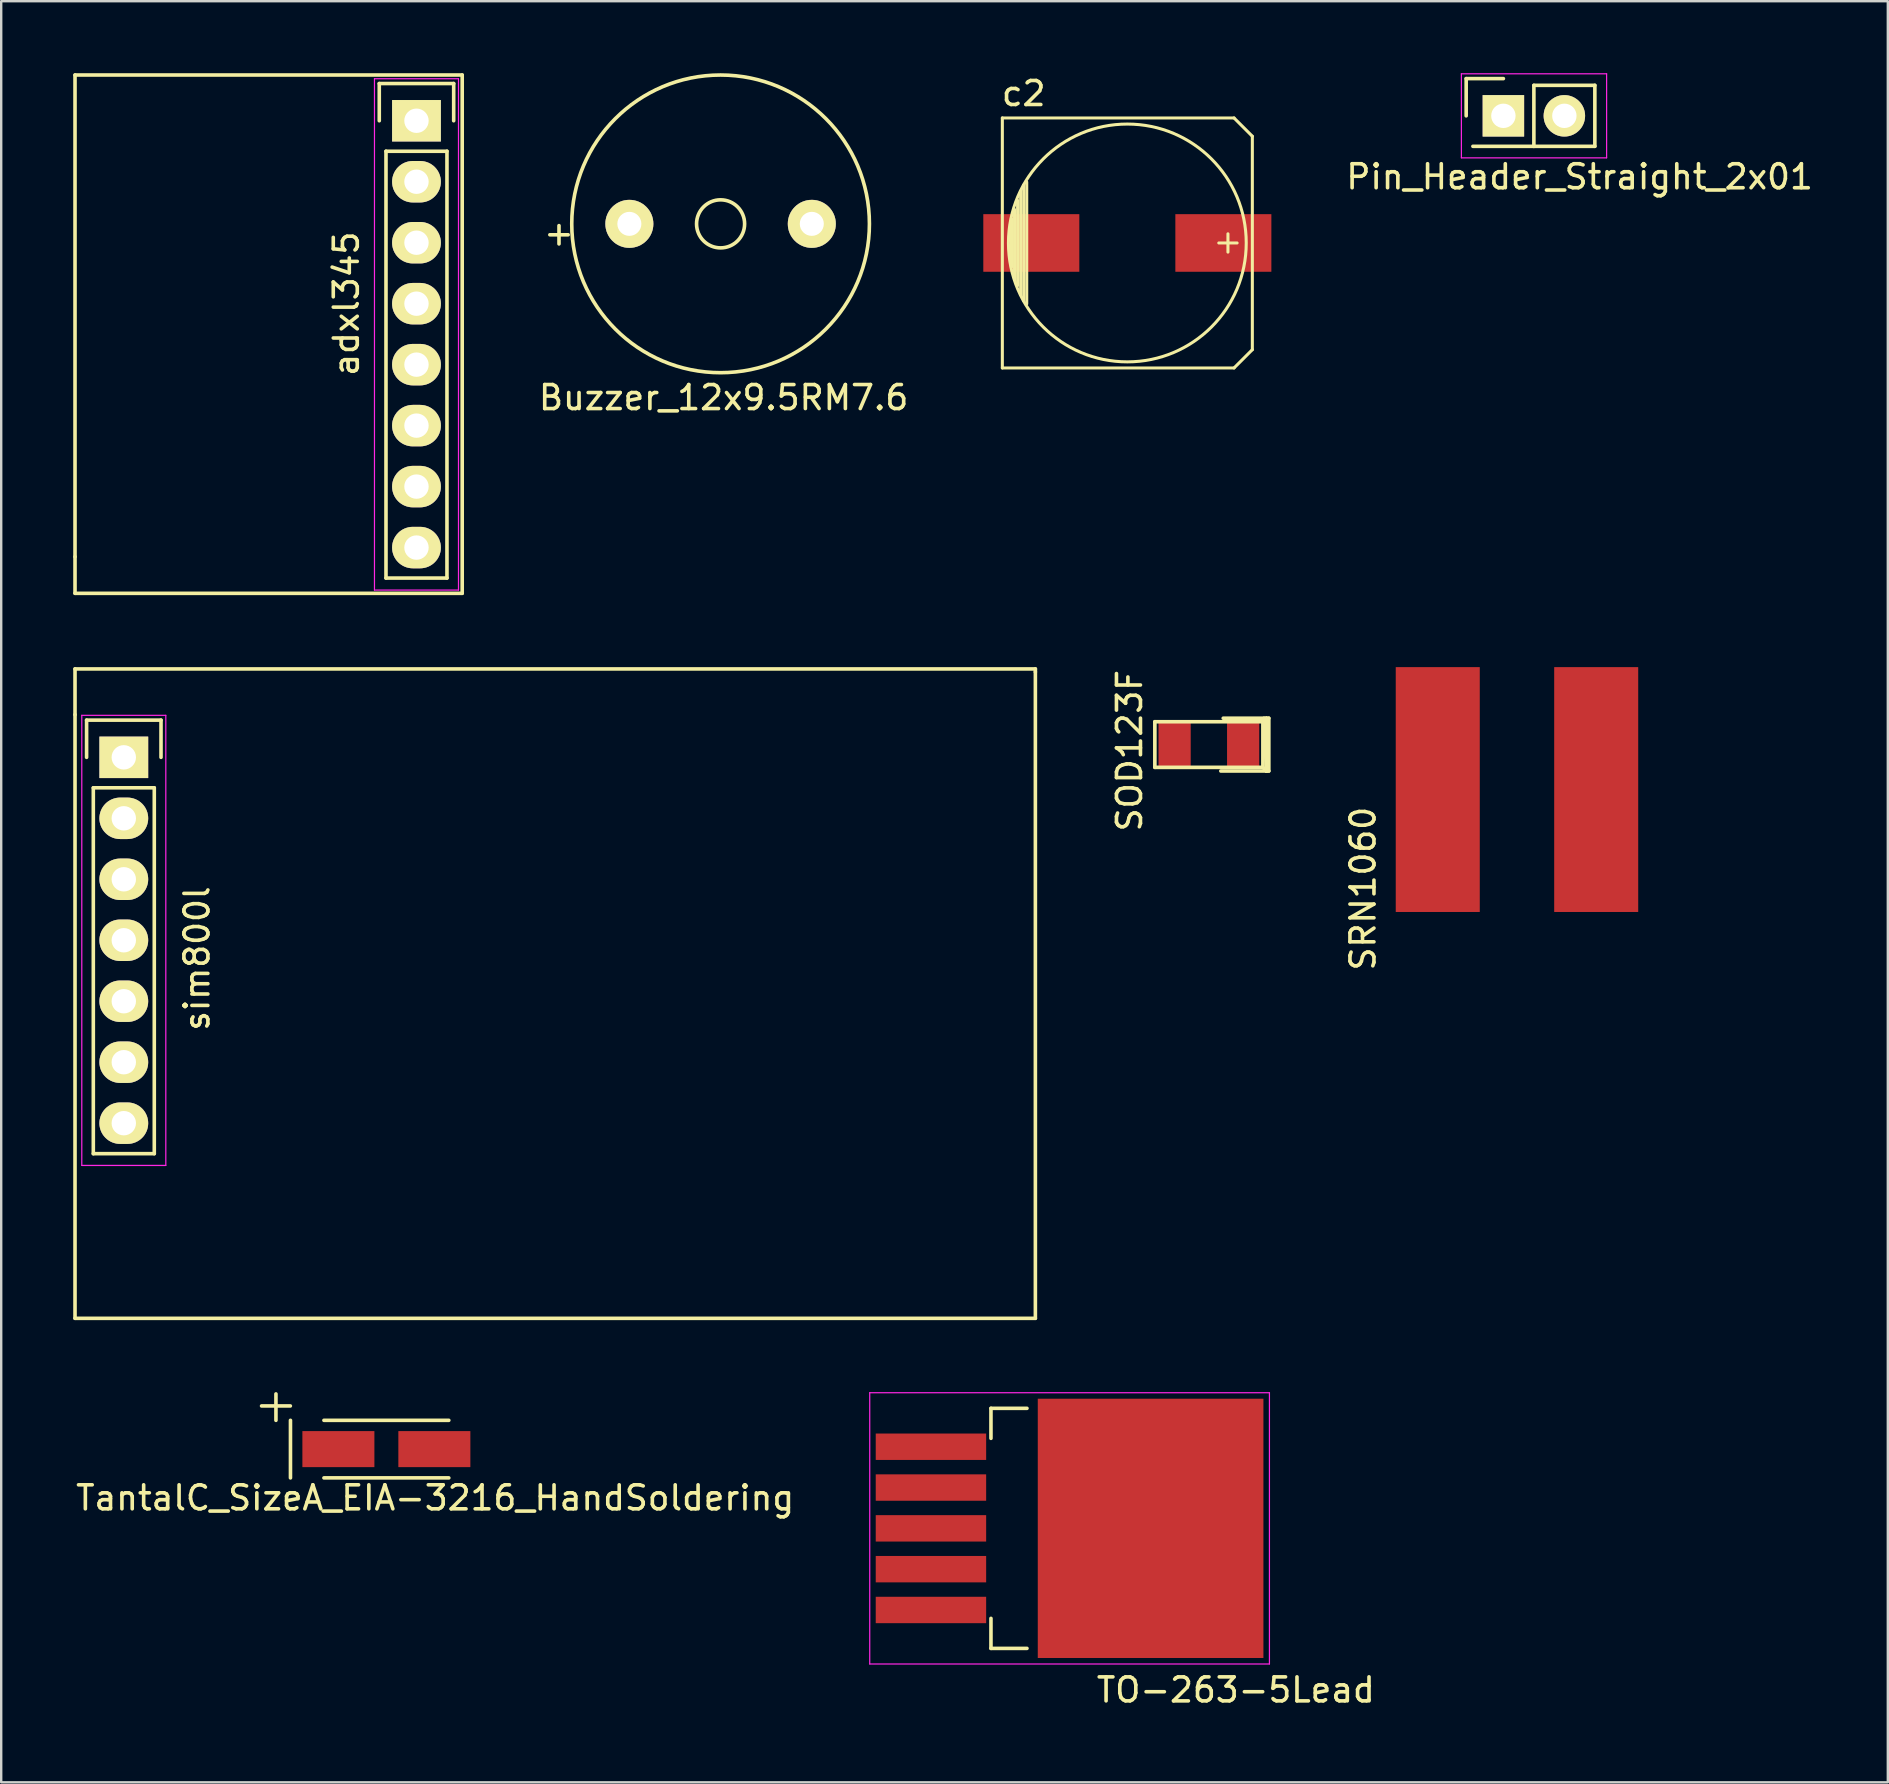
<source format=kicad_pcb>
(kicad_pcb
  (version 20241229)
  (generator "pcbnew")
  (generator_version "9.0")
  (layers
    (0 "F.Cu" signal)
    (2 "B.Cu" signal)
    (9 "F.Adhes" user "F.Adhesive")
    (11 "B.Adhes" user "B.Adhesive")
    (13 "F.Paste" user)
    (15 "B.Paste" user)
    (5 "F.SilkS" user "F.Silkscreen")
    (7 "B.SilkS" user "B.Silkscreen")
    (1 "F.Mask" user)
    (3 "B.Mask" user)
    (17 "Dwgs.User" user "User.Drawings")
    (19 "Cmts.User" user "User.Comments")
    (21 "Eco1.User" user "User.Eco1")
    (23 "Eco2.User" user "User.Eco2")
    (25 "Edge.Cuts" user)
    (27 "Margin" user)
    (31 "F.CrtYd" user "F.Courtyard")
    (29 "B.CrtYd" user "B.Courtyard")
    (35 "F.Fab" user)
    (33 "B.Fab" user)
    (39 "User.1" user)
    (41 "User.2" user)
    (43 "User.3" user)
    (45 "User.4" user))
  (footprint "SRN1060"
    (layer "F.Cu")
    (at 60.142 29.84)
    (property "Reference" "SRN1060" (at -6.413 4.128 90) (layer "F.SilkS") (effects (font (size 1 1) (thickness 0.15))))
    (attr through_hole)
    (pad "1" smd rect (at -3.3 0) (size 3.5 10.2) (layers "F.Cu" "F.Mask" "F.Paste"))
    (pad "2" smd rect (at 3.3 0) (size 3.5 10.2) (layers "F.Cu" "F.Mask" "F.Paste")))
  (footprint "SOD123F"
    (layer "F.Cu")
    (at 47.305 27.968)
    (property "Reference" "SOD123F" (at -3.302 0.254 90) (layer "F.SilkS") (effects (font (size 1 1) (thickness 0.15))))
    (attr through_hole)
    (fp_line (start -2.248 -0.953) (end -2.248 0.947) (stroke (width 0.152) (type solid)) (layer "F.SilkS"))
    (fp_line (start -2.248 0.947) (end 2.253 0.947) (stroke (width 0.152) (type solid)) (layer "F.SilkS"))
    (fp_line (start 0.5 1.1) (end 2.4 1.1) (stroke (width 0.15) (type solid)) (layer "F.SilkS"))
    (fp_line (start 0.6 -1.1) (end 2.4 -1.1) (stroke (width 0.15) (type solid)) (layer "F.SilkS"))
    (fp_line (start 2.253 -0.953) (end -2.248 -0.953) (stroke (width 0.152) (type solid)) (layer "F.SilkS"))
    (fp_line (start 2.253 0.947) (end 2.253 -0.953) (stroke (width 0.152) (type solid)) (layer "F.SilkS"))
    (fp_line (start 2.4 -1.1) (end 2.4 1.1) (stroke (width 0.15) (type solid)) (layer "F.SilkS"))
    (fp_line (start 2.4 -1.1) (end 2.5 -1.1) (stroke (width 0.15) (type solid)) (layer "F.SilkS"))
    (fp_line (start 2.4 1.1) (end 2.3 -1.1) (stroke (width 0.15) (type solid)) (layer "F.SilkS"))
    (fp_line (start 2.4 1.1) (end 2.3 1) (stroke (width 0.15) (type solid)) (layer "F.SilkS"))
    (fp_line (start 2.5 -1.1) (end 2.5 1.1) (stroke (width 0.15) (type solid)) (layer "F.SilkS"))
    (fp_line (start 2.5 1.1) (end 2.4 1.1) (stroke (width 0.15) (type solid)) (layer "F.SilkS"))
    (pad "1" smd rect (at -1.425 0 90) (size 1.801 1.341) (layers "F.Cu" "F.Mask" "F.Paste"))
    (pad "2" smd rect (at 1.43 0 90) (size 1.801 1.341) (layers "F.Cu" "F.Mask" "F.Paste")))
  (footprint "c2"
    (layer "F.Cu")
    (at 43.911 7.071)
    (property "Reference" "c2" (at -4.318 -6.223 0) (layer "F.SilkS") (effects (font (size 1 1) (thickness 0.15))))
    (attr through_hole)
    (fp_line (start -5.207 -5.207) (end -5.207 5.207) (stroke (width 0.127) (type solid)) (layer "F.SilkS"))
    (fp_line (start -5.207 5.207) (end 4.445 5.207) (stroke (width 0.127) (type solid)) (layer "F.SilkS"))
    (fp_line (start -4.826 1.016) (end -4.826 -1.016) (stroke (width 0.127) (type solid)) (layer "F.SilkS"))
    (fp_line (start -4.699 -1.397) (end -4.699 1.524) (stroke (width 0.127) (type solid)) (layer "F.SilkS"))
    (fp_line (start -4.572 1.778) (end -4.572 -1.778) (stroke (width 0.127) (type solid)) (layer "F.SilkS"))
    (fp_line (start -4.445 -2.159) (end -4.445 2.159) (stroke (width 0.127) (type solid)) (layer "F.SilkS"))
    (fp_line (start -4.318 2.413) (end -4.318 -2.413) (stroke (width 0.127) (type solid)) (layer "F.SilkS"))
    (fp_line (start -4.191 -2.54) (end -4.191 2.54) (stroke (width 0.127) (type solid)) (layer "F.SilkS"))
    (fp_line (start 4.191 -0.381) (end 4.191 0.381) (stroke (width 0.127) (type solid)) (layer "F.SilkS"))
    (fp_line (start 4.445 -5.207) (end -5.207 -5.207) (stroke (width 0.127) (type solid)) (layer "F.SilkS"))
    (fp_line (start 4.445 5.207) (end 5.207 4.445) (stroke (width 0.127) (type solid)) (layer "F.SilkS"))
    (fp_line (start 4.572 0) (end 3.81 0) (stroke (width 0.127) (type solid)) (layer "F.SilkS"))
    (fp_line (start 5.207 -4.445) (end 4.445 -5.207) (stroke (width 0.127) (type solid)) (layer "F.SilkS"))
    (fp_line (start 5.207 4.445) (end 5.207 -4.445) (stroke (width 0.127) (type solid)) (layer "F.SilkS"))
    (fp_circle (center 0 0) (end 4.953 0) (stroke (width 0.127) (type solid)) (fill no) (layer "F.SilkS"))
    (pad "1" smd rect (at 4 0) (size 4 2.4) (layers "F.Cu" "F.Mask" "F.Paste"))
    (pad "2" smd rect (at -4 0) (size 4 2.4) (layers "F.Cu" "F.Mask" "F.Paste")))
  (footprint "adxl345"
    (layer "F.Cu")
    (at 14.299 1.98)
    (property "Reference" "adxl345" (at -2.921 7.62 90) (layer "F.SilkS") (effects (font (size 1 1) (thickness 0.15))))
    (attr through_hole)
    (fp_line (start -14.224 -1.905) (end -14.224 18.161) (stroke (width 0.15) (type solid)) (layer "F.SilkS"))
    (fp_line (start -14.224 19.685) (end -14.224 18.161) (stroke (width 0.15) (type solid)) (layer "F.SilkS"))
    (fp_line (start -1.55 -1.55) (end 1.55 -1.55) (stroke (width 0.15) (type solid)) (layer "F.SilkS"))
    (fp_line (start -1.55 0) (end -1.55 -1.55) (stroke (width 0.15) (type solid)) (layer "F.SilkS"))
    (fp_line (start -1.27 19.05) (end -1.27 1.27) (stroke (width 0.15) (type solid)) (layer "F.SilkS"))
    (fp_line (start 1.27 1.27) (end -1.27 1.27) (stroke (width 0.15) (type solid)) (layer "F.SilkS"))
    (fp_line (start 1.27 1.27) (end 1.27 19.05) (stroke (width 0.15) (type solid)) (layer "F.SilkS"))
    (fp_line (start 1.27 19.05) (end -1.27 19.05) (stroke (width 0.15) (type solid)) (layer "F.SilkS"))
    (fp_line (start 1.55 -1.55) (end 1.55 0) (stroke (width 0.15) (type solid)) (layer "F.SilkS"))
    (fp_line (start 1.905 -1.905) (end -14.224 -1.905) (stroke (width 0.15) (type solid)) (layer "F.SilkS"))
    (fp_line (start 1.905 -1.905) (end 1.905 19.685) (stroke (width 0.15) (type solid)) (layer "F.SilkS"))
    (fp_line (start 1.905 19.685) (end -14.224 19.685) (stroke (width 0.15) (type solid)) (layer "F.SilkS"))
    (fp_line (start -1.75 -1.75) (end -1.75 19.55) (stroke (width 0.05) (type solid)) (layer "F.CrtYd"))
    (fp_line (start -1.75 -1.75) (end 1.75 -1.75) (stroke (width 0.05) (type solid)) (layer "F.CrtYd"))
    (fp_line (start -1.75 19.55) (end 1.75 19.55) (stroke (width 0.05) (type solid)) (layer "F.CrtYd"))
    (fp_line (start 1.75 -1.75) (end 1.75 19.55) (stroke (width 0.05) (type solid)) (layer "F.CrtYd"))
    (pad "1" thru_hole rect (at 0 0) (size 2.032 1.727) (drill 1.016) (layers "*.Cu" "*.Mask" "F.SilkS"))
    (pad "2" thru_hole oval (at 0 2.54) (size 2.032 1.727) (drill 1.016) (layers "*.Cu" "*.Mask" "F.SilkS"))
    (pad "3" thru_hole oval (at 0 5.08) (size 2.032 1.727) (drill 1.016) (layers "*.Cu" "*.Mask" "F.SilkS"))
    (pad "4" thru_hole oval (at 0 7.62) (size 2.032 1.727) (drill 1.016) (layers "*.Cu" "*.Mask" "F.SilkS"))
    (pad "5" thru_hole oval (at 0 10.16) (size 2.032 1.727) (drill 1.016) (layers "*.Cu" "*.Mask" "F.SilkS"))
    (pad "6" thru_hole oval (at 0 12.7) (size 2.032 1.727) (drill 1.016) (layers "*.Cu" "*.Mask" "F.SilkS"))
    (pad "7" thru_hole oval (at 0 15.24) (size 2.032 1.727) (drill 1.016) (layers "*.Cu" "*.Mask" "F.SilkS"))
    (pad "8" thru_hole oval (at 0 17.78) (size 2.032 1.727) (drill 1.016) (layers "*.Cu" "*.Mask" "F.SilkS")))
  (footprint "Buzzer_12x9.5RM7.6"
    (layer "F.Cu")
    (at 26.967 6.275)
    (property "Reference" "Buzzer_12x9.5RM7.6" (at 0.127 7.239 0) (layer "F.SilkS") (effects (font (size 1 1) (thickness 0.15))))
    (attr through_hole)
    (fp_circle (center 0 0) (end 1.001 0) (stroke (width 0.15) (type solid)) (fill no) (layer "F.SilkS"))
    (fp_circle (center 0 0) (end 6.2 0) (stroke (width 0.15) (type solid)) (fill no) (layer "F.SilkS"))
    (fp_text user "+" (at -6.731 0.381 0) (layer "F.SilkS") (effects (font (size 1 1) (thickness 0.15))))
    (pad "1" thru_hole circle (at -3.8 0) (size 2 2) (drill 1.001) (layers "*.Cu" "*.Mask" "F.SilkS"))
    (pad "2" thru_hole circle (at 3.8 0) (size 2 2) (drill 1.001) (layers "*.Cu" "*.Mask" "F.SilkS")))
  (footprint "TO-263-5Lead"
    (layer "F.Cu")
    (at 35.73 60.616)
    (property "Reference" "TO-263-5Lead" (at 12.7 6.731 180) (layer "F.SilkS") (effects (font (size 1 1) (thickness 0.15))))
    (attr smd)
    (fp_line (start 2.5 -5) (end 2.5 -3.75) (stroke (width 0.15) (type solid)) (layer "F.SilkS"))
    (fp_line (start 2.5 -5) (end 4 -5) (stroke (width 0.15) (type solid)) (layer "F.SilkS"))
    (fp_line (start 2.5 5) (end 2.5 3.75) (stroke (width 0.15) (type solid)) (layer "F.SilkS"))
    (fp_line (start 2.5 5) (end 4 5) (stroke (width 0.15) (type solid)) (layer "F.SilkS"))
    (fp_line (start -2.55 -5.65) (end -2.55 5.65) (stroke (width 0.05) (type solid)) (layer "F.CrtYd"))
    (fp_line (start 14.1 -5.65) (end -2.55 -5.65) (stroke (width 0.05) (type solid)) (layer "F.CrtYd"))
    (fp_line (start 14.1 -5.65) (end 14.1 5.65) (stroke (width 0.05) (type solid)) (layer "F.CrtYd"))
    (fp_line (start 14.1 5.65) (end -2.55 5.65) (stroke (width 0.05) (type solid)) (layer "F.CrtYd"))
    (pad "1" smd rect (at 0 -3.4) (size 4.6 1.1) (layers "F.Cu" "F.Mask" "F.Paste"))
    (pad "2" smd rect (at 0 -1.7) (size 4.6 1.1) (layers "F.Cu" "F.Mask" "F.Paste"))
    (pad "3" smd rect (at 0 0) (size 4.6 1.1) (layers "F.Cu" "F.Mask" "F.Paste"))
    (pad "3" smd rect (at 9.15 0) (size 9.4 10.8) (layers "F.Cu" "F.Mask" "F.Paste"))
    (pad "4" smd rect (at 0 1.7) (size 4.6 1.1) (layers "F.Cu" "F.Mask" "F.Paste"))
    (pad "5" smd rect (at 0 3.4) (size 4.6 1.1) (layers "F.Cu" "F.Mask" "F.Paste")))
  (footprint "sim800l"
    (layer "F.Cu")
    (at 2.107 28.498)
    (property "Reference" "sim800l" (at 3.048 8.382 90) (layer "F.SilkS") (effects (font (size 1 1) (thickness 0.15))))
    (attr through_hole)
    (fp_line (start -2.032 -3.683) (end -2.032 -1.778) (stroke (width 0.15) (type solid)) (layer "F.SilkS"))
    (fp_line (start -2.032 -3.683) (end 37.973 -3.683) (stroke (width 0.15) (type solid)) (layer "F.SilkS"))
    (fp_line (start -2.032 -1.778) (end -2.032 23.368) (stroke (width 0.15) (type solid)) (layer "F.SilkS"))
    (fp_line (start -2.032 23.368) (end 37.973 23.368) (stroke (width 0.15) (type solid)) (layer "F.SilkS"))
    (fp_line (start -1.55 -1.55) (end 1.55 -1.55) (stroke (width 0.15) (type solid)) (layer "F.SilkS"))
    (fp_line (start -1.55 0) (end -1.55 -1.55) (stroke (width 0.15) (type solid)) (layer "F.SilkS"))
    (fp_line (start -1.27 16.51) (end -1.27 1.27) (stroke (width 0.15) (type solid)) (layer "F.SilkS"))
    (fp_line (start 1.27 1.27) (end -1.27 1.27) (stroke (width 0.15) (type solid)) (layer "F.SilkS"))
    (fp_line (start 1.27 1.27) (end 1.27 16.51) (stroke (width 0.15) (type solid)) (layer "F.SilkS"))
    (fp_line (start 1.27 16.51) (end -1.27 16.51) (stroke (width 0.15) (type solid)) (layer "F.SilkS"))
    (fp_line (start 1.55 -1.55) (end 1.55 0) (stroke (width 0.15) (type solid)) (layer "F.SilkS"))
    (fp_line (start 37.973 -3.683) (end 37.973 -3.556) (stroke (width 0.15) (type solid)) (layer "F.SilkS"))
    (fp_line (start 37.973 23.368) (end 37.973 -3.556) (stroke (width 0.15) (type solid)) (layer "F.SilkS"))
    (fp_line (start -1.75 -1.75) (end -1.75 17) (stroke (width 0.05) (type solid)) (layer "F.CrtYd"))
    (fp_line (start -1.75 -1.75) (end 1.75 -1.75) (stroke (width 0.05) (type solid)) (layer "F.CrtYd"))
    (fp_line (start -1.75 17) (end 1.75 17) (stroke (width 0.05) (type solid)) (layer "F.CrtYd"))
    (fp_line (start 1.75 -1.75) (end 1.75 17) (stroke (width 0.05) (type solid)) (layer "F.CrtYd"))
    (pad "1" thru_hole rect (at 0 0) (size 2.032 1.727) (drill 1.016) (layers "*.Cu" "*.Mask" "F.SilkS"))
    (pad "2" thru_hole oval (at 0 2.54) (size 2.032 1.727) (drill 1.016) (layers "*.Cu" "*.Mask" "F.SilkS"))
    (pad "3" thru_hole oval (at 0 5.08) (size 2.032 1.727) (drill 1.016) (layers "*.Cu" "*.Mask" "F.SilkS"))
    (pad "4" thru_hole oval (at 0 7.62) (size 2.032 1.727) (drill 1.016) (layers "*.Cu" "*.Mask" "F.SilkS"))
    (pad "5" thru_hole oval (at 0 10.16) (size 2.032 1.727) (drill 1.016) (layers "*.Cu" "*.Mask" "F.SilkS"))
    (pad "6" thru_hole oval (at 0 12.7) (size 2.032 1.727) (drill 1.016) (layers "*.Cu" "*.Mask" "F.SilkS"))
    (pad "7" thru_hole oval (at 0 15.24) (size 2.032 1.727) (drill 1.016) (layers "*.Cu" "*.Mask" "F.SilkS")))
  (footprint "Pin_Header_Straight_2x01"
    (layer "F.Cu")
    (at 59.576 1.775)
    (property "Reference" "Pin_Header_Straight_2x01" (at 3.175 2.54 0) (layer "F.SilkS") (effects (font (size 1 1) (thickness 0.15))))
    (attr through_hole)
    (fp_line (start -1.55 0) (end -1.55 -1.55) (stroke (width 0.15) (type solid)) (layer "F.SilkS"))
    (fp_line (start -1.27 1.27) (end 1.27 1.27) (stroke (width 0.15) (type solid)) (layer "F.SilkS"))
    (fp_line (start 0 -1.55) (end -1.55 -1.55) (stroke (width 0.15) (type solid)) (layer "F.SilkS"))
    (fp_line (start 1.27 -1.27) (end 1.27 1.27) (stroke (width 0.15) (type solid)) (layer "F.SilkS"))
    (fp_line (start 1.27 1.27) (end 3.81 1.27) (stroke (width 0.15) (type solid)) (layer "F.SilkS"))
    (fp_line (start 3.81 -1.27) (end 1.27 -1.27) (stroke (width 0.15) (type solid)) (layer "F.SilkS"))
    (fp_line (start 3.81 1.27) (end 3.81 -1.27) (stroke (width 0.15) (type solid)) (layer "F.SilkS"))
    (fp_line (start -1.75 -1.75) (end -1.75 1.75) (stroke (width 0.05) (type solid)) (layer "F.CrtYd"))
    (fp_line (start -1.75 -1.75) (end 4.3 -1.75) (stroke (width 0.05) (type solid)) (layer "F.CrtYd"))
    (fp_line (start -1.75 1.75) (end 4.3 1.75) (stroke (width 0.05) (type solid)) (layer "F.CrtYd"))
    (fp_line (start 4.3 -1.75) (end 4.3 1.75) (stroke (width 0.05) (type solid)) (layer "F.CrtYd"))
    (pad "1" thru_hole rect (at 0 0) (size 1.727 1.727) (drill 1.016) (layers "*.Cu" "*.Mask" "F.SilkS"))
    (pad "2" thru_hole oval (at 2.54 0) (size 1.727 1.727) (drill 1.016) (layers "*.Cu" "*.Mask" "F.SilkS")))
  (footprint "TantalC_SizeA_EIA-3216_HandSoldering"
    (layer "F.Cu")
    (at 13.045 57.315)
    (property "Reference" "TantalC_SizeA_EIA-3216_HandSoldering" (at 2.032 2.032 0) (layer "F.SilkS") (effects (font (size 1 1) (thickness 0.15))))
    (attr smd)
    (fp_line (start -5.199 -1.798) (end -4 -1.798) (stroke (width 0.15) (type solid)) (layer "F.SilkS"))
    (fp_line (start -4.6 -2.299) (end -4.6 -1.199) (stroke (width 0.15) (type solid)) (layer "F.SilkS"))
    (fp_line (start -3.995 -1.199) (end -3.995 1.199) (stroke (width 0.15) (type solid)) (layer "F.SilkS"))
    (fp_line (start -2.601 1.199) (end 2.601 1.199) (stroke (width 0.15) (type solid)) (layer "F.SilkS"))
    (fp_line (start 2.601 -1.199) (end -2.601 -1.199) (stroke (width 0.15) (type solid)) (layer "F.SilkS"))
    (pad "1" smd rect (at -1.999 0) (size 3 1.501) (layers "F.Cu" "F.Mask" "F.Paste"))
    (pad "2" smd rect (at 1.999 0) (size 3 1.501) (layers "F.Cu" "F.Mask" "F.Paste")))
  (gr_rect
    (start -3 -3)
    (end 75.59 71.195)
    (stroke (width 0.1) (type default))
    (fill no)
    (layer "Edge.Cuts")))
</source>
